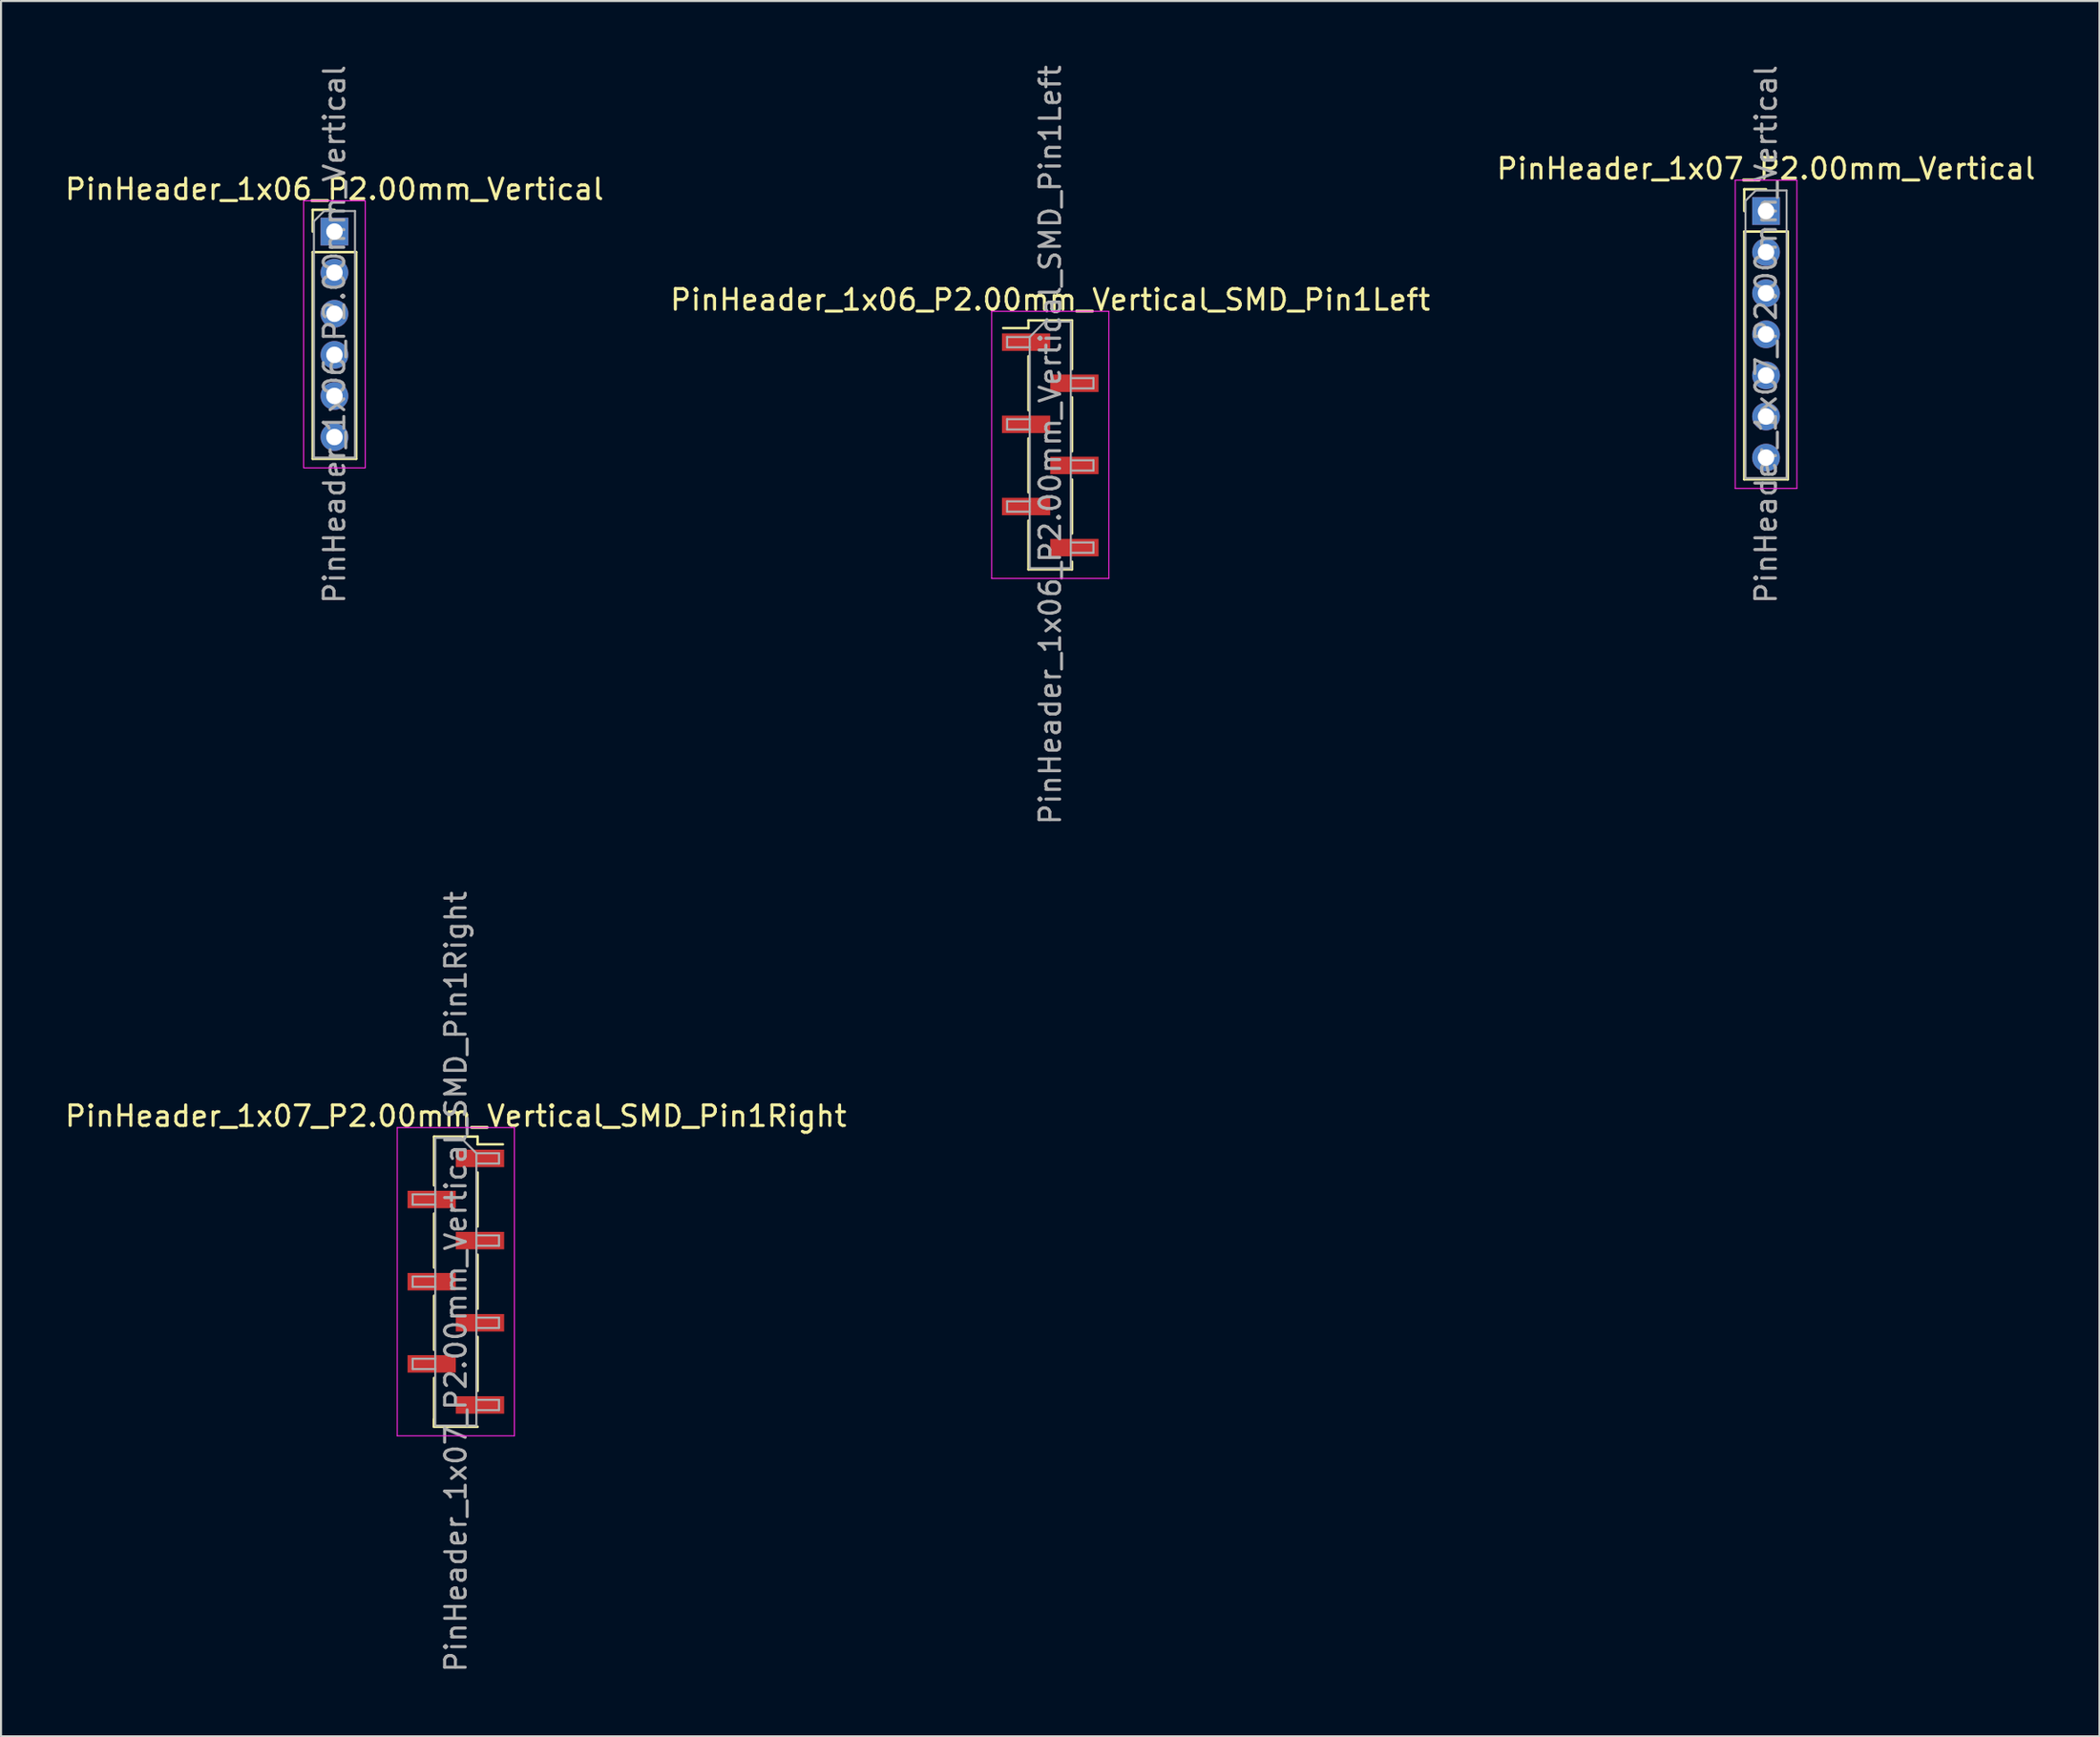
<source format=kicad_pcb>
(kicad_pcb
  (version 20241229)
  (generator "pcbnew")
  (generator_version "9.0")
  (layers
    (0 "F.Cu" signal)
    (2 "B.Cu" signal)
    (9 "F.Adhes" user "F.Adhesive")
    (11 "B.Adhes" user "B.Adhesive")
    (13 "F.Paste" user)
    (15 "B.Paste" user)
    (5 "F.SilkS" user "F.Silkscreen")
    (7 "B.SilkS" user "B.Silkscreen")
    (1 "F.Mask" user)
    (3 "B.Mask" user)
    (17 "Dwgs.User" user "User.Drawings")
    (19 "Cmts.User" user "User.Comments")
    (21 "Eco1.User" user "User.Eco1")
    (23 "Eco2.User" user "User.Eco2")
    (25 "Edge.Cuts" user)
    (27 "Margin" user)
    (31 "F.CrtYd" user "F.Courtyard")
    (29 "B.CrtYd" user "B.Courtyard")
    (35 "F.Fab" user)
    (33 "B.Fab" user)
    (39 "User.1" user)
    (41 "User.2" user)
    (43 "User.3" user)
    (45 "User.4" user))
  (footprint "PinHeader_1x06_P2.00mm_Vertical_SMD_Pin1Left"
    (layer "F.Cu")
    (at 48.042 18.601)
    (property "Reference" "PinHeader_1x06_P2.00mm_Vertical_SMD_Pin1Left" (at 0 -7.06 0) (layer "F.SilkS") (effects (font (size 1 1) (thickness 0.15))))
    (attr smd)
    (fp_line (start -1.06 -6.06) (end -1.06 -5.685) (stroke (width 0.12) (type solid)) (layer "F.SilkS"))
    (fp_line (start -1.06 -6.06) (end 1.06 -6.06) (stroke (width 0.12) (type solid)) (layer "F.SilkS"))
    (fp_line (start -1.06 -5.685) (end -2.29 -5.685) (stroke (width 0.12) (type solid)) (layer "F.SilkS"))
    (fp_line (start -1.06 -4.315) (end -1.06 -1.685) (stroke (width 0.12) (type solid)) (layer "F.SilkS"))
    (fp_line (start -1.06 -0.315) (end -1.06 2.315) (stroke (width 0.12) (type solid)) (layer "F.SilkS"))
    (fp_line (start -1.06 3.685) (end -1.06 6.06) (stroke (width 0.12) (type solid)) (layer "F.SilkS"))
    (fp_line (start -1.06 6.06) (end 1.06 6.06) (stroke (width 0.12) (type solid)) (layer "F.SilkS"))
    (fp_line (start 1.06 -6.06) (end 1.06 -3.685) (stroke (width 0.12) (type solid)) (layer "F.SilkS"))
    (fp_line (start 1.06 -2.315) (end 1.06 0.315) (stroke (width 0.12) (type solid)) (layer "F.SilkS"))
    (fp_line (start 1.06 1.685) (end 1.06 4.315) (stroke (width 0.12) (type solid)) (layer "F.SilkS"))
    (fp_line (start 1.06 5.685) (end 1.06 6.06) (stroke (width 0.12) (type solid)) (layer "F.SilkS"))
    (fp_line (start -2.85 -6.5) (end -2.85 6.5) (stroke (width 0.05) (type solid)) (layer "F.CrtYd"))
    (fp_line (start -2.85 6.5) (end 2.85 6.5) (stroke (width 0.05) (type solid)) (layer "F.CrtYd"))
    (fp_line (start 2.85 -6.5) (end -2.85 -6.5) (stroke (width 0.05) (type solid)) (layer "F.CrtYd"))
    (fp_line (start 2.85 6.5) (end 2.85 -6.5) (stroke (width 0.05) (type solid)) (layer "F.CrtYd"))
    (fp_line (start -2.1 -5.25) (end -2.1 -4.75) (stroke (width 0.1) (type solid)) (layer "F.Fab"))
    (fp_line (start -2.1 -4.75) (end -1 -4.75) (stroke (width 0.1) (type solid)) (layer "F.Fab"))
    (fp_line (start -2.1 -1.25) (end -2.1 -0.75) (stroke (width 0.1) (type solid)) (layer "F.Fab"))
    (fp_line (start -2.1 -0.75) (end -1 -0.75) (stroke (width 0.1) (type solid)) (layer "F.Fab"))
    (fp_line (start -2.1 2.75) (end -2.1 3.25) (stroke (width 0.1) (type solid)) (layer "F.Fab"))
    (fp_line (start -2.1 3.25) (end -1 3.25) (stroke (width 0.1) (type solid)) (layer "F.Fab"))
    (fp_line (start -1 -5.25) (end -2.1 -5.25) (stroke (width 0.1) (type solid)) (layer "F.Fab"))
    (fp_line (start -1 -5.25) (end -0.25 -6) (stroke (width 0.1) (type solid)) (layer "F.Fab"))
    (fp_line (start -1 -1.25) (end -2.1 -1.25) (stroke (width 0.1) (type solid)) (layer "F.Fab"))
    (fp_line (start -1 2.75) (end -2.1 2.75) (stroke (width 0.1) (type solid)) (layer "F.Fab"))
    (fp_line (start -1 6) (end -1 -5.25) (stroke (width 0.1) (type solid)) (layer "F.Fab"))
    (fp_line (start -0.25 -6) (end 1 -6) (stroke (width 0.1) (type solid)) (layer "F.Fab"))
    (fp_line (start 1 -6) (end 1 6) (stroke (width 0.1) (type solid)) (layer "F.Fab"))
    (fp_line (start 1 -3.25) (end 2.1 -3.25) (stroke (width 0.1) (type solid)) (layer "F.Fab"))
    (fp_line (start 1 0.75) (end 2.1 0.75) (stroke (width 0.1) (type solid)) (layer "F.Fab"))
    (fp_line (start 1 4.75) (end 2.1 4.75) (stroke (width 0.1) (type solid)) (layer "F.Fab"))
    (fp_line (start 1 6) (end -1 6) (stroke (width 0.1) (type solid)) (layer "F.Fab"))
    (fp_line (start 2.1 -3.25) (end 2.1 -2.75) (stroke (width 0.1) (type solid)) (layer "F.Fab"))
    (fp_line (start 2.1 -2.75) (end 1 -2.75) (stroke (width 0.1) (type solid)) (layer "F.Fab"))
    (fp_line (start 2.1 0.75) (end 2.1 1.25) (stroke (width 0.1) (type solid)) (layer "F.Fab"))
    (fp_line (start 2.1 1.25) (end 1 1.25) (stroke (width 0.1) (type solid)) (layer "F.Fab"))
    (fp_line (start 2.1 4.75) (end 2.1 5.25) (stroke (width 0.1) (type solid)) (layer "F.Fab"))
    (fp_line (start 2.1 5.25) (end 1 5.25) (stroke (width 0.1) (type solid)) (layer "F.Fab"))
    (fp_text user "${REFERENCE}" (at 0 0 90) (layer "F.Fab") (effects (font (size 1 1) (thickness 0.15))))
    (pad "1" smd rect (at -1.175 -5) (size 2.35 0.85) (layers "F.Cu" "F.Mask" "F.Paste"))
    (pad "2" smd rect (at 1.175 -3) (size 2.35 0.85) (layers "F.Cu" "F.Mask" "F.Paste"))
    (pad "3" smd rect (at -1.175 -1) (size 2.35 0.85) (layers "F.Cu" "F.Mask" "F.Paste"))
    (pad "4" smd rect (at 1.175 1) (size 2.35 0.85) (layers "F.Cu" "F.Mask" "F.Paste"))
    (pad "5" smd rect (at -1.175 3) (size 2.35 0.85) (layers "F.Cu" "F.Mask" "F.Paste"))
    (pad "6" smd rect (at 1.175 5) (size 2.35 0.85) (layers "F.Cu" "F.Mask" "F.Paste")))
  (footprint "PinHeader_1x07_P2.00mm_Vertical"
    (layer "F.Cu")
    (at 82.863 7.22)
    (property "Reference" "PinHeader_1x07_P2.00mm_Vertical" (at 0 -2.06 0) (layer "F.SilkS") (effects (font (size 1 1) (thickness 0.15))))
    (attr through_hole)
    (fp_line (start -1.06 -1.06) (end 0 -1.06) (stroke (width 0.12) (type solid)) (layer "F.SilkS"))
    (fp_line (start -1.06 0) (end -1.06 -1.06) (stroke (width 0.12) (type solid)) (layer "F.SilkS"))
    (fp_line (start -1.06 1) (end -1.06 13.06) (stroke (width 0.12) (type solid)) (layer "F.SilkS"))
    (fp_line (start -1.06 1) (end 1.06 1) (stroke (width 0.12) (type solid)) (layer "F.SilkS"))
    (fp_line (start -1.06 13.06) (end 1.06 13.06) (stroke (width 0.12) (type solid)) (layer "F.SilkS"))
    (fp_line (start 1.06 1) (end 1.06 13.06) (stroke (width 0.12) (type solid)) (layer "F.SilkS"))
    (fp_line (start -1.5 -1.5) (end -1.5 13.5) (stroke (width 0.05) (type solid)) (layer "F.CrtYd"))
    (fp_line (start -1.5 13.5) (end 1.5 13.5) (stroke (width 0.05) (type solid)) (layer "F.CrtYd"))
    (fp_line (start 1.5 -1.5) (end -1.5 -1.5) (stroke (width 0.05) (type solid)) (layer "F.CrtYd"))
    (fp_line (start 1.5 13.5) (end 1.5 -1.5) (stroke (width 0.05) (type solid)) (layer "F.CrtYd"))
    (fp_line (start -1 -0.5) (end -0.5 -1) (stroke (width 0.1) (type solid)) (layer "F.Fab"))
    (fp_line (start -1 13) (end -1 -0.5) (stroke (width 0.1) (type solid)) (layer "F.Fab"))
    (fp_line (start -0.5 -1) (end 1 -1) (stroke (width 0.1) (type solid)) (layer "F.Fab"))
    (fp_line (start 1 -1) (end 1 13) (stroke (width 0.1) (type solid)) (layer "F.Fab"))
    (fp_line (start 1 13) (end -1 13) (stroke (width 0.1) (type solid)) (layer "F.Fab"))
    (fp_text user "${REFERENCE}" (at 0 6 90) (layer "F.Fab") (effects (font (size 1 1) (thickness 0.15))))
    (pad "1" thru_hole rect (at 0 0) (size 1.35 1.35) (drill 0.8) (layers "*.Cu" "*.Mask"))
    (pad "2" thru_hole oval (at 0 2) (size 1.35 1.35) (drill 0.8) (layers "*.Cu" "*.Mask"))
    (pad "3" thru_hole oval (at 0 4) (size 1.35 1.35) (drill 0.8) (layers "*.Cu" "*.Mask"))
    (pad "4" thru_hole oval (at 0 6) (size 1.35 1.35) (drill 0.8) (layers "*.Cu" "*.Mask"))
    (pad "5" thru_hole oval (at 0 8) (size 1.35 1.35) (drill 0.8) (layers "*.Cu" "*.Mask"))
    (pad "6" thru_hole oval (at 0 10) (size 1.35 1.35) (drill 0.8) (layers "*.Cu" "*.Mask"))
    (pad "7" thru_hole oval (at 0 12) (size 1.35 1.35) (drill 0.8) (layers "*.Cu" "*.Mask")))
  (footprint "PinHeader_1x07_P2.00mm_Vertical_SMD_Pin1Right"
    (layer "F.Cu")
    (at 19.125 59.327)
    (property "Reference" "PinHeader_1x07_P2.00mm_Vertical_SMD_Pin1Right" (at 0 -8.06 0) (layer "F.SilkS") (effects (font (size 1 1) (thickness 0.15))))
    (attr smd)
    (fp_line (start -1.06 -7.06) (end -1.06 -4.685) (stroke (width 0.12) (type solid)) (layer "F.SilkS"))
    (fp_line (start -1.06 -7.06) (end 1.06 -7.06) (stroke (width 0.12) (type solid)) (layer "F.SilkS"))
    (fp_line (start -1.06 -3.315) (end -1.06 -0.685) (stroke (width 0.12) (type solid)) (layer "F.SilkS"))
    (fp_line (start -1.06 0.685) (end -1.06 3.315) (stroke (width 0.12) (type solid)) (layer "F.SilkS"))
    (fp_line (start -1.06 4.685) (end -1.06 7.06) (stroke (width 0.12) (type solid)) (layer "F.SilkS"))
    (fp_line (start -1.06 6.685) (end -1.06 7.06) (stroke (width 0.12) (type solid)) (layer "F.SilkS"))
    (fp_line (start -1.06 7.06) (end 1.06 7.06) (stroke (width 0.12) (type solid)) (layer "F.SilkS"))
    (fp_line (start 1.06 -7.06) (end 1.06 -6.685) (stroke (width 0.12) (type solid)) (layer "F.SilkS"))
    (fp_line (start 1.06 -6.685) (end 2.29 -6.685) (stroke (width 0.12) (type solid)) (layer "F.SilkS"))
    (fp_line (start 1.06 -5.315) (end 1.06 -2.685) (stroke (width 0.12) (type solid)) (layer "F.SilkS"))
    (fp_line (start 1.06 -1.315) (end 1.06 1.315) (stroke (width 0.12) (type solid)) (layer "F.SilkS"))
    (fp_line (start 1.06 2.685) (end 1.06 5.315) (stroke (width 0.12) (type solid)) (layer "F.SilkS"))
    (fp_line (start -2.85 -7.5) (end -2.85 7.5) (stroke (width 0.05) (type solid)) (layer "F.CrtYd"))
    (fp_line (start -2.85 7.5) (end 2.85 7.5) (stroke (width 0.05) (type solid)) (layer "F.CrtYd"))
    (fp_line (start 2.85 -7.5) (end -2.85 -7.5) (stroke (width 0.05) (type solid)) (layer "F.CrtYd"))
    (fp_line (start 2.85 7.5) (end 2.85 -7.5) (stroke (width 0.05) (type solid)) (layer "F.CrtYd"))
    (fp_line (start -2.1 -4.25) (end -2.1 -3.75) (stroke (width 0.1) (type solid)) (layer "F.Fab"))
    (fp_line (start -2.1 -3.75) (end -1 -3.75) (stroke (width 0.1) (type solid)) (layer "F.Fab"))
    (fp_line (start -2.1 -0.25) (end -2.1 0.25) (stroke (width 0.1) (type solid)) (layer "F.Fab"))
    (fp_line (start -2.1 0.25) (end -1 0.25) (stroke (width 0.1) (type solid)) (layer "F.Fab"))
    (fp_line (start -2.1 3.75) (end -2.1 4.25) (stroke (width 0.1) (type solid)) (layer "F.Fab"))
    (fp_line (start -2.1 4.25) (end -1 4.25) (stroke (width 0.1) (type solid)) (layer "F.Fab"))
    (fp_line (start -1 -7) (end -1 7) (stroke (width 0.1) (type solid)) (layer "F.Fab"))
    (fp_line (start -1 -7) (end 0.25 -7) (stroke (width 0.1) (type solid)) (layer "F.Fab"))
    (fp_line (start -1 -4.25) (end -2.1 -4.25) (stroke (width 0.1) (type solid)) (layer "F.Fab"))
    (fp_line (start -1 -0.25) (end -2.1 -0.25) (stroke (width 0.1) (type solid)) (layer "F.Fab"))
    (fp_line (start -1 3.75) (end -2.1 3.75) (stroke (width 0.1) (type solid)) (layer "F.Fab"))
    (fp_line (start 1 -6.25) (end 0.25 -7) (stroke (width 0.1) (type solid)) (layer "F.Fab"))
    (fp_line (start 1 -6.25) (end 2.1 -6.25) (stroke (width 0.1) (type solid)) (layer "F.Fab"))
    (fp_line (start 1 -2.25) (end 2.1 -2.25) (stroke (width 0.1) (type solid)) (layer "F.Fab"))
    (fp_line (start 1 1.75) (end 2.1 1.75) (stroke (width 0.1) (type solid)) (layer "F.Fab"))
    (fp_line (start 1 5.75) (end 2.1 5.75) (stroke (width 0.1) (type solid)) (layer "F.Fab"))
    (fp_line (start 1 7) (end -1 7) (stroke (width 0.1) (type solid)) (layer "F.Fab"))
    (fp_line (start 1 7) (end 1 -6.25) (stroke (width 0.1) (type solid)) (layer "F.Fab"))
    (fp_line (start 2.1 -6.25) (end 2.1 -5.75) (stroke (width 0.1) (type solid)) (layer "F.Fab"))
    (fp_line (start 2.1 -5.75) (end 1 -5.75) (stroke (width 0.1) (type solid)) (layer "F.Fab"))
    (fp_line (start 2.1 -2.25) (end 2.1 -1.75) (stroke (width 0.1) (type solid)) (layer "F.Fab"))
    (fp_line (start 2.1 -1.75) (end 1 -1.75) (stroke (width 0.1) (type solid)) (layer "F.Fab"))
    (fp_line (start 2.1 1.75) (end 2.1 2.25) (stroke (width 0.1) (type solid)) (layer "F.Fab"))
    (fp_line (start 2.1 2.25) (end 1 2.25) (stroke (width 0.1) (type solid)) (layer "F.Fab"))
    (fp_line (start 2.1 5.75) (end 2.1 6.25) (stroke (width 0.1) (type solid)) (layer "F.Fab"))
    (fp_line (start 2.1 6.25) (end 1 6.25) (stroke (width 0.1) (type solid)) (layer "F.Fab"))
    (fp_text user "${REFERENCE}" (at 0 0 90) (layer "F.Fab") (effects (font (size 1 1) (thickness 0.15))))
    (pad "1" smd rect (at 1.175 -6) (size 2.35 0.85) (layers "F.Cu" "F.Mask" "F.Paste"))
    (pad "2" smd rect (at -1.175 -4) (size 2.35 0.85) (layers "F.Cu" "F.Mask" "F.Paste"))
    (pad "3" smd rect (at 1.175 -2) (size 2.35 0.85) (layers "F.Cu" "F.Mask" "F.Paste"))
    (pad "4" smd rect (at -1.175 0) (size 2.35 0.85) (layers "F.Cu" "F.Mask" "F.Paste"))
    (pad "5" smd rect (at 1.175 2) (size 2.35 0.85) (layers "F.Cu" "F.Mask" "F.Paste"))
    (pad "6" smd rect (at -1.175 4) (size 2.35 0.85) (layers "F.Cu" "F.Mask" "F.Paste"))
    (pad "7" smd rect (at 1.175 6) (size 2.35 0.85) (layers "F.Cu" "F.Mask" "F.Paste")))
  (footprint "PinHeader_1x06_P2.00mm_Vertical"
    (layer "F.Cu")
    (at 13.22 8.22)
    (property "Reference" "PinHeader_1x06_P2.00mm_Vertical" (at 0 -2.06 0) (layer "F.SilkS") (effects (font (size 1 1) (thickness 0.15))))
    (attr through_hole)
    (fp_line (start -1.06 -1.06) (end 0 -1.06) (stroke (width 0.12) (type solid)) (layer "F.SilkS"))
    (fp_line (start -1.06 0) (end -1.06 -1.06) (stroke (width 0.12) (type solid)) (layer "F.SilkS"))
    (fp_line (start -1.06 1) (end -1.06 11.06) (stroke (width 0.12) (type solid)) (layer "F.SilkS"))
    (fp_line (start -1.06 1) (end 1.06 1) (stroke (width 0.12) (type solid)) (layer "F.SilkS"))
    (fp_line (start -1.06 11.06) (end 1.06 11.06) (stroke (width 0.12) (type solid)) (layer "F.SilkS"))
    (fp_line (start 1.06 1) (end 1.06 11.06) (stroke (width 0.12) (type solid)) (layer "F.SilkS"))
    (fp_line (start -1.5 -1.5) (end -1.5 11.5) (stroke (width 0.05) (type solid)) (layer "F.CrtYd"))
    (fp_line (start -1.5 11.5) (end 1.5 11.5) (stroke (width 0.05) (type solid)) (layer "F.CrtYd"))
    (fp_line (start 1.5 -1.5) (end -1.5 -1.5) (stroke (width 0.05) (type solid)) (layer "F.CrtYd"))
    (fp_line (start 1.5 11.5) (end 1.5 -1.5) (stroke (width 0.05) (type solid)) (layer "F.CrtYd"))
    (fp_line (start -1 -0.5) (end -0.5 -1) (stroke (width 0.1) (type solid)) (layer "F.Fab"))
    (fp_line (start -1 11) (end -1 -0.5) (stroke (width 0.1) (type solid)) (layer "F.Fab"))
    (fp_line (start -0.5 -1) (end 1 -1) (stroke (width 0.1) (type solid)) (layer "F.Fab"))
    (fp_line (start 1 -1) (end 1 11) (stroke (width 0.1) (type solid)) (layer "F.Fab"))
    (fp_line (start 1 11) (end -1 11) (stroke (width 0.1) (type solid)) (layer "F.Fab"))
    (fp_text user "${REFERENCE}" (at 0 5 90) (layer "F.Fab") (effects (font (size 1 1) (thickness 0.15))))
    (pad "1" thru_hole rect (at 0 0) (size 1.35 1.35) (drill 0.8) (layers "*.Cu" "*.Mask"))
    (pad "2" thru_hole oval (at 0 2) (size 1.35 1.35) (drill 0.8) (layers "*.Cu" "*.Mask"))
    (pad "3" thru_hole oval (at 0 4) (size 1.35 1.35) (drill 0.8) (layers "*.Cu" "*.Mask"))
    (pad "4" thru_hole oval (at 0 6) (size 1.35 1.35) (drill 0.8) (layers "*.Cu" "*.Mask"))
    (pad "5" thru_hole oval (at 0 8) (size 1.35 1.35) (drill 0.8) (layers "*.Cu" "*.Mask"))
    (pad "6" thru_hole oval (at 0 10) (size 1.35 1.35) (drill 0.8) (layers "*.Cu" "*.Mask")))
  (gr_rect
    (start -3 -3)
    (end 99.083 81.452)
    (stroke (width 0.1) (type default))
    (fill no)
    (layer "Edge.Cuts")))
</source>
